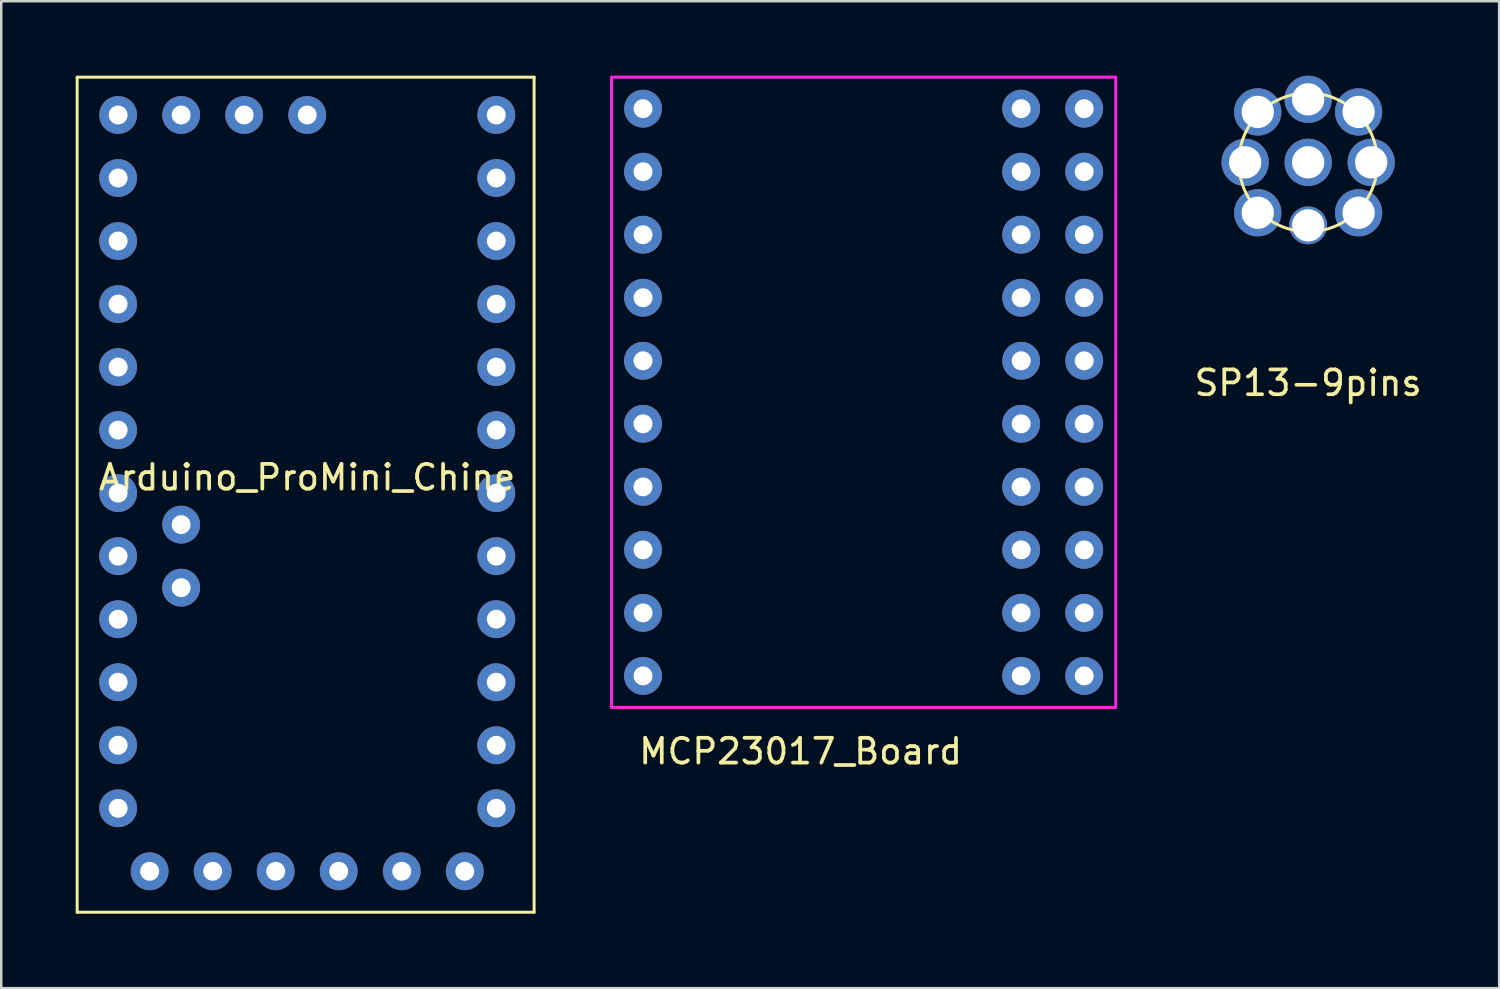
<source format=kicad_pcb>
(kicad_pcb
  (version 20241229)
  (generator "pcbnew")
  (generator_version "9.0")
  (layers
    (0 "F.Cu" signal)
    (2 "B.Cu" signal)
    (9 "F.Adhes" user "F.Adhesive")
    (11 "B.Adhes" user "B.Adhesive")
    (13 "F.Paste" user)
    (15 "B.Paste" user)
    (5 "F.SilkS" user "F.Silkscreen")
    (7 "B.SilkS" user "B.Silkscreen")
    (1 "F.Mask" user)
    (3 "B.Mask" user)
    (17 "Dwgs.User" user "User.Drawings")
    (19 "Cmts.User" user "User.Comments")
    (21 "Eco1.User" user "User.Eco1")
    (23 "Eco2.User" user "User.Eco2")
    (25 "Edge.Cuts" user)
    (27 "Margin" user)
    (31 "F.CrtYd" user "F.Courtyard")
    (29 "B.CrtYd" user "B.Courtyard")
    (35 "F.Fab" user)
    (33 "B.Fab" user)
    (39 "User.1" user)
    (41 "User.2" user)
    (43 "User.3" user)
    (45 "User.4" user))
  (footprint "SP13-9pins"
    (layer "F.Cu")
    (at 49.671 3.493)
    (property "Reference" "SP13-9pins" (at 0 8.89 0) (layer "F.SilkS") (effects (font (size 1 1) (thickness 0.15))))
    (attr through_hole)
    (fp_circle (center 0 0) (end 2.794 0) (stroke (width 0.12) (type solid)) (fill no) (layer "F.SilkS"))
    (pad "1" thru_hole circle (at 0 -2.54) (size 1.905 1.905) (drill 1.3) (layers "*.Cu" "*.Mask"))
    (pad "2" thru_hole circle (at -2.032 -2.032) (size 1.905 1.905) (drill 1.3) (layers "*.Cu" "*.Mask"))
    (pad "3" thru_hole circle (at 2.032 -2.032) (size 1.905 1.905) (drill 1.3) (layers "*.Cu" "*.Mask"))
    (pad "4" thru_hole circle (at -2.54 0) (size 1.905 1.905) (drill 1.3) (layers "*.Cu" "*.Mask"))
    (pad "5" thru_hole circle (at 0 0) (size 1.905 1.905) (drill 1.3) (layers "*.Cu" "*.Mask"))
    (pad "6" thru_hole circle (at 2.54 0) (size 1.905 1.905) (drill 1.3) (layers "*.Cu" "*.Mask"))
    (pad "7" thru_hole circle (at -2.032 2.032) (size 1.905 1.905) (drill 1.3) (layers "*.Cu" "*.Mask"))
    (pad "8" thru_hole circle (at 2.032 2.032) (size 1.905 1.905) (drill 1.3) (layers "*.Cu" "*.Mask"))
    (pad "9" thru_hole circle (at 0 2.54) (size 1.525 1.525) (drill 1.3) (layers "*.Cu" "*.Mask")))
  (footprint "Arduino_ProMini_Chine"
    (layer "F.Cu")
    (at 9.331 14.284)
    (property "Reference" "Arduino_ProMini_Chine" (at 0 1.905 0) (layer "F.SilkS") (effects (font (size 1 1) (thickness 0.15))))
    (attr through_hole)
    (fp_line (start -9.271 -14.224) (end 9.144 -14.224) (stroke (width 0.12) (type solid)) (layer "F.SilkS"))
    (fp_line (start -9.271 19.431) (end -9.271 -14.224) (stroke (width 0.12) (type solid)) (layer "F.SilkS"))
    (fp_line (start 9.144 -14.224) (end 9.144 19.431) (stroke (width 0.12) (type solid)) (layer "F.SilkS"))
    (fp_line (start 9.144 19.431) (end -9.271 19.431) (stroke (width 0.12) (type solid)) (layer "F.SilkS"))
    (pad "1" thru_hole circle (at 3.81 17.78) (size 1.524 1.524) (drill 0.762) (layers "*.Cu" "*.Mask"))
    (pad "1" thru_hole circle (at 7.62 15.24) (size 1.524 1.524) (drill 0.762) (layers "*.Cu" "*.Mask"))
    (pad "2" thru_hole circle (at 1.27 17.78) (size 1.524 1.524) (drill 0.762) (layers "*.Cu" "*.Mask"))
    (pad "2" thru_hole circle (at 7.62 12.7) (size 1.524 1.524) (drill 0.762) (layers "*.Cu" "*.Mask"))
    (pad "3" thru_hole circle (at 7.62 10.16) (size 1.524 1.524) (drill 0.762) (layers "*.Cu" "*.Mask"))
    (pad "4" thru_hole circle (at 7.62 7.62) (size 1.524 1.524) (drill 0.762) (layers "*.Cu" "*.Mask"))
    (pad "5" thru_hole circle (at 7.62 5.08) (size 1.524 1.524) (drill 0.762) (layers "*.Cu" "*.Mask"))
    (pad "6" thru_hole circle (at 7.62 2.54) (size 1.524 1.524) (drill 0.762) (layers "*.Cu" "*.Mask"))
    (pad "7" thru_hole circle (at 7.62 0) (size 1.524 1.524) (drill 0.762) (layers "*.Cu" "*.Mask"))
    (pad "8" thru_hole circle (at 7.62 -2.54) (size 1.524 1.524) (drill 0.762) (layers "*.Cu" "*.Mask"))
    (pad "9" thru_hole circle (at 7.62 -5.08) (size 1.524 1.524) (drill 0.762) (layers "*.Cu" "*.Mask"))
    (pad "10" thru_hole circle (at 7.62 -7.62) (size 1.524 1.524) (drill 0.762) (layers "*.Cu" "*.Mask"))
    (pad "11" thru_hole circle (at 7.62 -10.16) (size 1.524 1.524) (drill 0.762) (layers "*.Cu" "*.Mask"))
    (pad "12" thru_hole circle (at 7.62 -12.7) (size 1.524 1.524) (drill 0.762) (layers "*.Cu" "*.Mask"))
    (pad "13" thru_hole circle (at -7.62 -12.7) (size 1.524 1.524) (drill 0.762) (layers "*.Cu" "*.Mask"))
    (pad "14" thru_hole circle (at -7.62 -10.16) (size 1.524 1.524) (drill 0.762) (layers "*.Cu" "*.Mask"))
    (pad "15" thru_hole circle (at -7.62 -7.62) (size 1.524 1.524) (drill 0.762) (layers "*.Cu" "*.Mask"))
    (pad "16" thru_hole circle (at -7.62 -5.08) (size 1.524 1.524) (drill 0.762) (layers "*.Cu" "*.Mask"))
    (pad "17" thru_hole circle (at -7.62 -2.54) (size 1.524 1.524) (drill 0.762) (layers "*.Cu" "*.Mask"))
    (pad "18" thru_hole circle (at -7.62 0) (size 1.524 1.524) (drill 0.762) (layers "*.Cu" "*.Mask"))
    (pad "19" thru_hole circle (at -7.62 2.54) (size 1.524 1.524) (drill 0.762) (layers "*.Cu" "*.Mask"))
    (pad "20" thru_hole circle (at -7.62 5.08) (size 1.524 1.524) (drill 0.762) (layers "*.Cu" "*.Mask"))
    (pad "21" thru_hole circle (at -7.62 7.62) (size 1.524 1.524) (drill 0.762) (layers "*.Cu" "*.Mask"))
    (pad "21" thru_hole circle (at -1.27 17.78) (size 1.524 1.524) (drill 0.762) (layers "*.Cu" "*.Mask"))
    (pad "22" thru_hole circle (at -7.62 10.16) (size 1.524 1.524) (drill 0.762) (layers "*.Cu" "*.Mask"))
    (pad "22" thru_hole circle (at -3.81 17.78) (size 1.524 1.524) (drill 0.762) (layers "*.Cu" "*.Mask"))
    (pad "23" thru_hole circle (at -7.62 12.7) (size 1.524 1.524) (drill 0.762) (layers "*.Cu" "*.Mask"))
    (pad "23" thru_hole circle (at -6.35 17.78) (size 1.524 1.524) (drill 0.762) (layers "*.Cu" "*.Mask"))
    (pad "24" thru_hole circle (at -7.62 15.24) (size 1.524 1.524) (drill 0.762) (layers "*.Cu" "*.Mask"))
    (pad "33" thru_hole circle (at 0 -12.7) (size 1.524 1.524) (drill 0.762) (layers "*.Cu" "*.Mask"))
    (pad "A4" thru_hole circle (at -5.08 3.81) (size 1.524 1.524) (drill 0.762) (layers "*.Cu" "*.Mask"))
    (pad "A5" thru_hole circle (at -5.08 6.35) (size 1.524 1.524) (drill 0.762) (layers "*.Cu" "*.Mask"))
    (pad "A6" thru_hole circle (at -2.54 -12.7) (size 1.524 1.524) (drill 0.762) (layers "*.Cu" "*.Mask"))
    (pad "A7" thru_hole circle (at -5.08 -12.7) (size 1.524 1.524) (drill 0.762) (layers "*.Cu" "*.Mask"))
    (pad "DTR" thru_hole circle (at 6.35 17.78) (size 1.524 1.524) (drill 0.762) (layers "*.Cu" "*.Mask")))
  (footprint "MCP23017_Board"
    (layer "F.Cu")
    (at 29.215 26.73)
    (property "Reference" "MCP23017_Board" (at 0 0.5 0) (layer "F.SilkS") (effects (font (size 1 1) (thickness 0.15))))
    (attr through_hole)
    (fp_line (start -7.62 -26.67) (end 12.7 -26.67) (stroke (width 0.12) (type solid)) (layer "F.CrtYd"))
    (fp_line (start -7.62 -1.27) (end -7.62 -26.67) (stroke (width 0.12) (type solid)) (layer "F.CrtYd"))
    (fp_line (start 12.7 -26.67) (end 12.7 -1.27) (stroke (width 0.12) (type solid)) (layer "F.CrtYd"))
    (fp_line (start 12.7 -1.27) (end -7.62 -1.27) (stroke (width 0.12) (type solid)) (layer "F.CrtYd"))
    (pad "1" thru_hole circle (at -6.35 -2.54) (size 1.524 1.524) (drill 0.762) (layers "*.Cu" "*.Mask"))
    (pad "2" thru_hole circle (at -6.35 -5.08) (size 1.524 1.524) (drill 0.762) (layers "*.Cu" "*.Mask"))
    (pad "3" thru_hole circle (at -6.35 -7.62) (size 1.524 1.524) (drill 0.762) (layers "*.Cu" "*.Mask"))
    (pad "4" thru_hole circle (at -6.35 -10.16) (size 1.524 1.524) (drill 0.762) (layers "*.Cu" "*.Mask"))
    (pad "5" thru_hole circle (at -6.35 -12.7) (size 1.524 1.524) (drill 0.762) (layers "*.Cu" "*.Mask"))
    (pad "6" thru_hole circle (at -6.35 -15.24) (size 1.524 1.524) (drill 0.762) (layers "*.Cu" "*.Mask"))
    (pad "7" thru_hole circle (at -6.35 -17.78) (size 1.524 1.524) (drill 0.762) (layers "*.Cu" "*.Mask"))
    (pad "8" thru_hole circle (at -6.35 -20.32) (size 1.524 1.524) (drill 0.762) (layers "*.Cu" "*.Mask"))
    (pad "9" thru_hole circle (at -6.35 -22.86) (size 1.524 1.524) (drill 0.762) (layers "*.Cu" "*.Mask"))
    (pad "10" thru_hole circle (at -6.35 -25.4) (size 1.524 1.524) (drill 0.762) (layers "*.Cu" "*.Mask"))
    (pad "11" thru_hole circle (at 8.89 -25.4) (size 1.524 1.524) (drill 0.762) (layers "*.Cu" "*.Mask"))
    (pad "12" thru_hole circle (at 11.43 -25.4) (size 1.524 1.524) (drill 0.762) (layers "*.Cu" "*.Mask"))
    (pad "13" thru_hole circle (at 8.89 -22.86) (size 1.524 1.524) (drill 0.762) (layers "*.Cu" "*.Mask"))
    (pad "14" thru_hole circle (at 11.43 -22.86) (size 1.524 1.524) (drill 0.762) (layers "*.Cu" "*.Mask"))
    (pad "15" thru_hole circle (at 8.89 -20.32) (size 1.524 1.524) (drill 0.762) (layers "*.Cu" "*.Mask"))
    (pad "16" thru_hole circle (at 11.43 -20.32) (size 1.524 1.524) (drill 0.762) (layers "*.Cu" "*.Mask"))
    (pad "17" thru_hole circle (at 8.89 -17.78) (size 1.524 1.524) (drill 0.762) (layers "*.Cu" "*.Mask"))
    (pad "18" thru_hole circle (at 11.43 -17.78) (size 1.524 1.524) (drill 0.762) (layers "*.Cu" "*.Mask"))
    (pad "19" thru_hole circle (at 8.89 -15.24) (size 1.524 1.524) (drill 0.762) (layers "*.Cu" "*.Mask"))
    (pad "20" thru_hole circle (at 11.43 -15.24) (size 1.524 1.524) (drill 0.762) (layers "*.Cu" "*.Mask"))
    (pad "21" thru_hole circle (at 8.89 -12.7) (size 1.524 1.524) (drill 0.762) (layers "*.Cu" "*.Mask"))
    (pad "22" thru_hole circle (at 11.43 -12.7) (size 1.524 1.524) (drill 0.762) (layers "*.Cu" "*.Mask"))
    (pad "23" thru_hole circle (at 8.89 -10.16) (size 1.524 1.524) (drill 0.762) (layers "*.Cu" "*.Mask"))
    (pad "24" thru_hole circle (at 11.43 -10.16) (size 1.524 1.524) (drill 0.762) (layers "*.Cu" "*.Mask"))
    (pad "25" thru_hole circle (at 8.89 -7.62) (size 1.524 1.524) (drill 0.762) (layers "*.Cu" "*.Mask"))
    (pad "26" thru_hole circle (at 11.43 -7.62) (size 1.524 1.524) (drill 0.762) (layers "*.Cu" "*.Mask"))
    (pad "27" thru_hole circle (at 8.89 -5.08) (size 1.524 1.524) (drill 0.762) (layers "*.Cu" "*.Mask"))
    (pad "28" thru_hole circle (at 11.43 -5.08) (size 1.524 1.524) (drill 0.762) (layers "*.Cu" "*.Mask"))
    (pad "29" thru_hole circle (at 8.89 -2.54) (size 1.524 1.524) (drill 0.762) (layers "*.Cu" "*.Mask"))
    (pad "30" thru_hole circle (at 11.43 -2.54) (size 1.524 1.524) (drill 0.762) (layers "*.Cu" "*.Mask")))
  (gr_rect
    (start -3 -3)
    (end 57.368 36.775)
    (stroke (width 0.1) (type default))
    (fill no)
    (layer "Edge.Cuts")))
</source>
